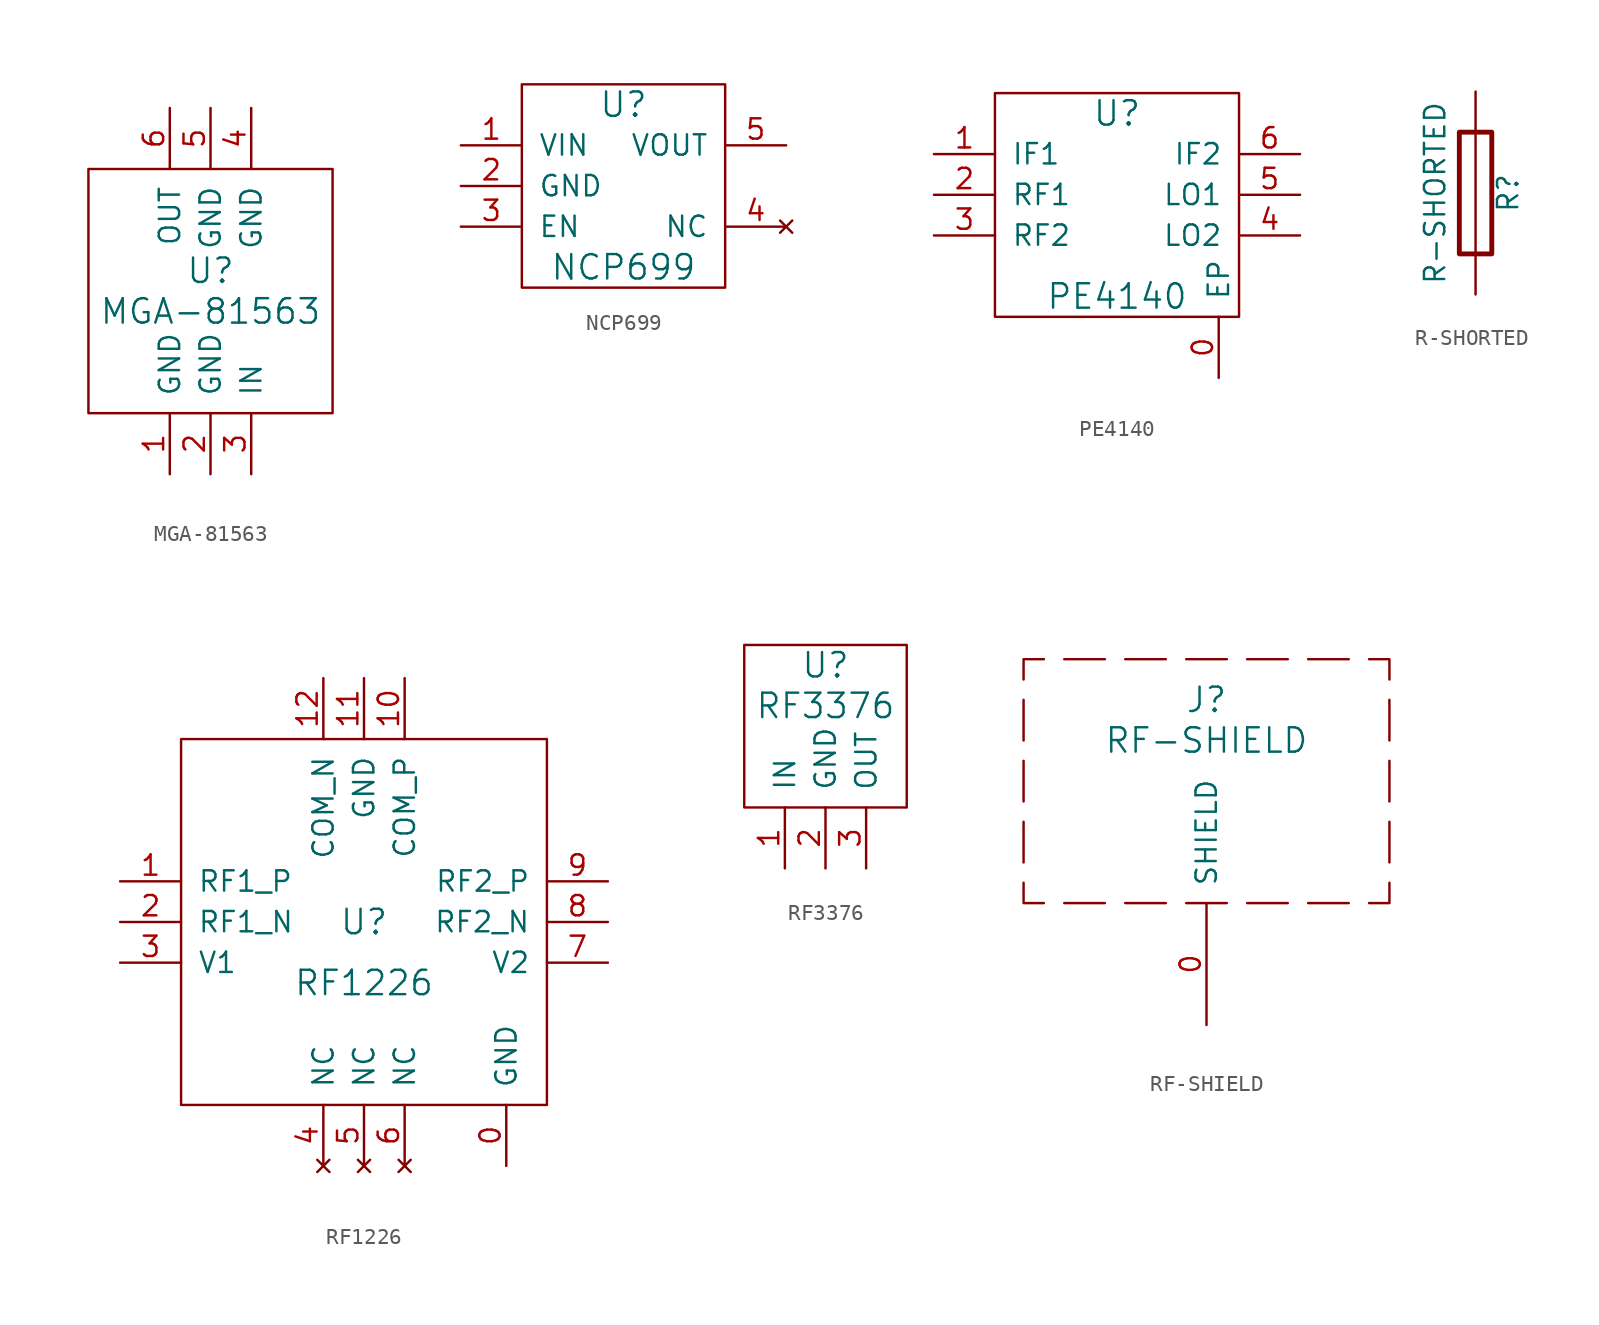
<source format=kicad_sym>
(kicad_symbol_lib
  (version 20211014)
  (generator kicad_symbol_editor)
  (symbol "MGA-81563"
    (pin_names
      (offset 1.016))
    (property "Reference" "U"
      (at 0 1.27 0)
      (effects (font (size 1.524 1.524))))
    (property "Value" "MGA-81563"
      (at 0 -1.27 0)
      (effects (font (size 1.524 1.524))))
    (property "Footprint" ""
      (at 0 0 0)
      (effects (font (size 1.524 1.524))))
    (property "Datasheet" ""
      (at 0 0 0)
      (effects (font (size 1.524 1.524))))
    (symbol "MGA-81563_0_1"
      (rectangle (start -7.62 7.62) (end 7.62 -7.62) (stroke (width 0) (type default) (color 0 0 0 0)) (fill (type none))))
    (symbol "MGA-81563_1_1"
      (pin power_in line (at -2.54 -11.43 90) (length 3.81) (name "GND" (effects (font (size 1.27 1.27)))) (number "1" (effects (font (size 1.27 1.27)))))
      (pin power_in line (at 0 -11.43 90) (length 3.81) (name "GND" (effects (font (size 1.27 1.27)))) (number "2" (effects (font (size 1.27 1.27)))))
      (pin input line (at 2.54 -11.43 90) (length 3.81) (name "IN" (effects (font (size 1.27 1.27)))) (number "3" (effects (font (size 1.27 1.27)))))
      (pin power_in line (at 2.54 11.43 270) (length 3.81) (name "GND" (effects (font (size 1.27 1.27)))) (number "4" (effects (font (size 1.27 1.27)))))
      (pin power_in line (at 0 11.43 270) (length 3.81) (name "GND" (effects (font (size 1.27 1.27)))) (number "5" (effects (font (size 1.27 1.27)))))
      (pin output line (at -2.54 11.43 270) (length 3.81) (name "OUT" (effects (font (size 1.27 1.27)))) (number "6" (effects (font (size 1.27 1.27)))))))
  (symbol "NCP699"
    (pin_names
      (offset 1.016))
    (property "Reference" "U"
      (at 0 5.08 0)
      (effects (font (size 1.524 1.524))))
    (property "Value" "NCP699"
      (at 0 -5.08 0)
      (effects (font (size 1.524 1.524))))
    (property "Footprint" ""
      (at 0 0 0)
      (effects (font (size 1.524 1.524))))
    (property "Datasheet" ""
      (at 0 0 0)
      (effects (font (size 1.524 1.524))))
    (symbol "NCP699_0_1"
      (rectangle (start -6.35 6.35) (end 6.35 -6.35) (stroke (width 0) (type default) (color 0 0 0 0)) (fill (type none))))
    (symbol "NCP699_1_1"
      (pin power_in line (at -10.16 2.54 0) (length 3.81) (name "VIN" (effects (font (size 1.27 1.27)))) (number "1" (effects (font (size 1.27 1.27)))))
      (pin power_in line (at -10.16 0 0) (length 3.81) (name "GND" (effects (font (size 1.27 1.27)))) (number "2" (effects (font (size 1.27 1.27)))))
      (pin input line (at -10.16 -2.54 0) (length 3.81) (name "EN" (effects (font (size 1.27 1.27)))) (number "3" (effects (font (size 1.27 1.27)))))
      (pin no_connect line (at 10.16 -2.54 180) (length 3.81) (name "NC" (effects (font (size 1.27 1.27)))) (number "4" (effects (font (size 1.27 1.27)))))
      (pin power_out line (at 10.16 2.54 180) (length 3.81) (name "VOUT" (effects (font (size 1.27 1.27)))) (number "5" (effects (font (size 1.27 1.27)))))))
  (symbol "PE4140"
    (pin_names
      (offset 1.016))
    (property "Reference" "U"
      (at 0 5.08 0)
      (effects (font (size 1.524 1.524))))
    (property "Value" "PE4140"
      (at 0 -6.35 0)
      (effects (font (size 1.524 1.524))))
    (property "Footprint" ""
      (at 0 0 0)
      (effects (font (size 1.524 1.524))))
    (property "Datasheet" ""
      (at 0 0 0)
      (effects (font (size 1.524 1.524))))
    (symbol "PE4140_0_1"
      (rectangle (start -7.62 6.35) (end 7.62 -7.62) (stroke (width 0) (type default) (color 0 0 0 0)) (fill (type none))))
    (symbol "PE4140_1_1"
      (pin passive line (at 6.35 -11.43 90) (length 3.81) (name "EP" (effects (font (size 1.27 1.27)))) (number "0" (effects (font (size 1.27 1.27)))))
      (pin output line (at -11.43 2.54 0) (length 3.81) (name "IF1" (effects (font (size 1.27 1.27)))) (number "1" (effects (font (size 1.27 1.27)))))
      (pin input line (at -11.43 0 0) (length 3.81) (name "RF1" (effects (font (size 1.27 1.27)))) (number "2" (effects (font (size 1.27 1.27)))))
      (pin input line (at -11.43 -2.54 0) (length 3.81) (name "RF2" (effects (font (size 1.27 1.27)))) (number "3" (effects (font (size 1.27 1.27)))))
      (pin input line (at 11.43 -2.54 180) (length 3.81) (name "LO2" (effects (font (size 1.27 1.27)))) (number "4" (effects (font (size 1.27 1.27)))))
      (pin input line (at 11.43 0 180) (length 3.81) (name "LO1" (effects (font (size 1.27 1.27)))) (number "5" (effects (font (size 1.27 1.27)))))
      (pin output line (at 11.43 2.54 180) (length 3.81) (name "IF2" (effects (font (size 1.27 1.27)))) (number "6" (effects (font (size 1.27 1.27)))))))
  (symbol "R-SHORTED"
    (pin_numbers hide)
    (pin_names
      (offset 0))
    (property "Reference" "R"
      (at 2.032 0 90)
      (effects (font (size 1.27 1.27))))
    (property "Value" "R-SHORTED"
      (at -2.54 0 90)
      (effects (font (size 1.27 1.27))))
    (property "Footprint" ""
      (at 0 0 0)
      (effects (font (size 1.524 1.524))))
    (property "Datasheet" ""
      (at 0 0 0)
      (effects (font (size 1.524 1.524))))
    (symbol "R-SHORTED_0_1"
      (rectangle (start -1.016 3.81) (end 1.016 -3.81) (stroke (width 0.305) (type default) (color 0 0 0 0)) (fill (type none)))
      (polyline (pts (xy 0 3.81) (xy 0 -3.81)) (stroke (width 0) (type default) (color 0 0 0 0)) (fill (type none))))
    (symbol "R-SHORTED_1_1"
      (pin passive line (at 0 6.35 270) (length 2.54) (name "~" (effects (font (size 1.524 1.524)))) (number "1" (effects (font (size 1.524 1.524)))))
      (pin passive line (at 0 -6.35 90) (length 2.54) (name "~" (effects (font (size 1.524 1.524)))) (number "2" (effects (font (size 1.524 1.524)))))))
  (symbol "RF1226"
    (pin_names
      (offset 1.016))
    (property "Reference" "U"
      (at 0 0 0)
      (effects (font (size 1.524 1.524))))
    (property "Value" "RF1226"
      (at 0 -3.81 0)
      (effects (font (size 1.524 1.524))))
    (property "Footprint" ""
      (at 0 0 0)
      (effects (font (size 1.524 1.524))))
    (property "Datasheet" ""
      (at 0 0 0)
      (effects (font (size 1.524 1.524))))
    (symbol "RF1226_0_1"
      (rectangle (start -11.43 11.43) (end 11.43 -11.43) (stroke (width 0) (type default) (color 0 0 0 0)) (fill (type none))))
    (symbol "RF1226_1_1"
      (pin power_in line (at 8.89 -15.24 90) (length 3.81) (name "GND" (effects (font (size 1.27 1.27)))) (number "0" (effects (font (size 1.27 1.27)))))
      (pin bidirectional line (at -15.24 2.54 0) (length 3.81) (name "RF1_P" (effects (font (size 1.27 1.27)))) (number "1" (effects (font (size 1.27 1.27)))))
      (pin bidirectional line (at 2.54 15.24 270) (length 3.81) (name "COM_P" (effects (font (size 1.27 1.27)))) (number "10" (effects (font (size 1.27 1.27)))))
      (pin power_in line (at 0 15.24 270) (length 3.81) (name "GND" (effects (font (size 1.27 1.27)))) (number "11" (effects (font (size 1.27 1.27)))))
      (pin bidirectional line (at -2.54 15.24 270) (length 3.81) (name "COM_N" (effects (font (size 1.27 1.27)))) (number "12" (effects (font (size 1.27 1.27)))))
      (pin bidirectional line (at -15.24 0 0) (length 3.81) (name "RF1_N" (effects (font (size 1.27 1.27)))) (number "2" (effects (font (size 1.27 1.27)))))
      (pin input line (at -15.24 -2.54 0) (length 3.81) (name "V1" (effects (font (size 1.27 1.27)))) (number "3" (effects (font (size 1.27 1.27)))))
      (pin no_connect line (at -2.54 -15.24 90) (length 3.81) (name "NC" (effects (font (size 1.27 1.27)))) (number "4" (effects (font (size 1.27 1.27)))))
      (pin no_connect line (at 0 -15.24 90) (length 3.81) (name "NC" (effects (font (size 1.27 1.27)))) (number "5" (effects (font (size 1.27 1.27)))))
      (pin no_connect line (at 2.54 -15.24 90) (length 3.81) (name "NC" (effects (font (size 1.27 1.27)))) (number "6" (effects (font (size 1.27 1.27)))))
      (pin input line (at 15.24 -2.54 180) (length 3.81) (name "V2" (effects (font (size 1.27 1.27)))) (number "7" (effects (font (size 1.27 1.27)))))
      (pin bidirectional line (at 15.24 0 180) (length 3.81) (name "RF2_N" (effects (font (size 1.27 1.27)))) (number "8" (effects (font (size 1.27 1.27)))))
      (pin bidirectional line (at 15.24 2.54 180) (length 3.81) (name "RF2_P" (effects (font (size 1.27 1.27)))) (number "9" (effects (font (size 1.27 1.27)))))))
  (symbol "RF3376"
    (pin_names
      (offset 1.016))
    (property "Reference" "U"
      (at 0 2.54 0)
      (effects (font (size 1.524 1.524))))
    (property "Value" "RF3376"
      (at 0 0 0)
      (effects (font (size 1.524 1.524))))
    (property "Footprint" ""
      (at 0 0 0)
      (effects (font (size 1.524 1.524))))
    (property "Datasheet" ""
      (at 0 0 0)
      (effects (font (size 1.524 1.524))))
    (symbol "RF3376_0_1"
      (rectangle (start -5.08 3.81) (end 5.08 -6.35) (stroke (width 0) (type default) (color 0 0 0 0)) (fill (type none))))
    (symbol "RF3376_1_1"
      (pin input line (at -2.54 -10.16 90) (length 3.81) (name "IN" (effects (font (size 1.27 1.27)))) (number "1" (effects (font (size 1.27 1.27)))))
      (pin power_in line (at 0 -10.16 90) (length 3.81) (name "GND" (effects (font (size 1.27 1.27)))) (number "2" (effects (font (size 1.27 1.27)))))
      (pin output line (at 2.54 -10.16 90) (length 3.81) (name "OUT" (effects (font (size 1.27 1.27)))) (number "3" (effects (font (size 1.27 1.27)))))))
  (symbol "RF-SHIELD"
    (pin_names
      (offset 1.016))
    (property "Reference" "J"
      (at 0 12.7 0)
      (effects (font (size 1.524 1.524))))
    (property "Value" "RF-SHIELD"
      (at 0 10.16 0)
      (effects (font (size 1.524 1.524))))
    (property "Footprint" ""
      (at 0 0 0)
      (effects (font (size 1.524 1.524))))
    (property "Datasheet" ""
      (at 0 0 0)
      (effects (font (size 1.524 1.524))))
    (symbol "RF-SHIELD_0_1"
      (polyline (pts (xy -11.43 5.08) (xy -11.43 2.54)) (stroke (width 0) (type default) (color 0 0 0 0)) (fill (type none)))
      (polyline (pts (xy -11.43 8.89) (xy -11.43 6.35)) (stroke (width 0) (type default) (color 0 0 0 0)) (fill (type none)))
      (polyline (pts (xy -11.43 12.7) (xy -11.43 10.16)) (stroke (width 0) (type default) (color 0 0 0 0)) (fill (type none)))
      (polyline (pts (xy -8.89 0) (xy -6.35 0)) (stroke (width 0) (type default) (color 0 0 0 0)) (fill (type none)))
      (polyline (pts (xy -6.35 15.24) (xy -8.89 15.24)) (stroke (width 0) (type default) (color 0 0 0 0)) (fill (type none)))
      (polyline (pts (xy -5.08 0) (xy -2.54 0)) (stroke (width 0) (type default) (color 0 0 0 0)) (fill (type none)))
      (polyline (pts (xy -2.54 15.24) (xy -5.08 15.24)) (stroke (width 0) (type default) (color 0 0 0 0)) (fill (type none)))
      (polyline (pts (xy -1.27 0) (xy 1.27 0)) (stroke (width 0) (type default) (color 0 0 0 0)) (fill (type none)))
      (polyline (pts (xy 1.27 15.24) (xy -1.27 15.24)) (stroke (width 0) (type default) (color 0 0 0 0)) (fill (type none)))
      (polyline (pts (xy 2.54 0) (xy 5.08 0)) (stroke (width 0) (type default) (color 0 0 0 0)) (fill (type none)))
      (polyline (pts (xy 5.08 15.24) (xy 2.54 15.24)) (stroke (width 0) (type default) (color 0 0 0 0)) (fill (type none)))
      (polyline (pts (xy 6.35 0) (xy 8.89 0)) (stroke (width 0) (type default) (color 0 0 0 0)) (fill (type none)))
      (polyline (pts (xy 8.89 15.24) (xy 6.35 15.24)) (stroke (width 0) (type default) (color 0 0 0 0)) (fill (type none)))
      (polyline (pts (xy 11.43 2.54) (xy 11.43 5.08)) (stroke (width 0) (type default) (color 0 0 0 0)) (fill (type none)))
      (polyline (pts (xy 11.43 6.35) (xy 11.43 8.89)) (stroke (width 0) (type default) (color 0 0 0 0)) (fill (type none)))
      (polyline (pts (xy 11.43 10.16) (xy 11.43 12.7)) (stroke (width 0) (type default) (color 0 0 0 0)) (fill (type none)))
      (polyline (pts (xy -11.43 1.27) (xy -11.43 0) (xy -10.16 0)) (stroke (width 0) (type default) (color 0 0 0 0)) (fill (type none)))
      (polyline (pts (xy -10.16 15.24) (xy -11.43 15.24) (xy -11.43 13.97)) (stroke (width 0) (type default) (color 0 0 0 0)) (fill (type none)))
      (polyline (pts (xy 10.16 0) (xy 11.43 0) (xy 11.43 1.27)) (stroke (width 0) (type default) (color 0 0 0 0)) (fill (type none)))
      (polyline (pts (xy 11.43 13.97) (xy 11.43 15.24) (xy 10.16 15.24)) (stroke (width 0) (type default) (color 0 0 0 0)) (fill (type none))))
    (symbol "RF-SHIELD_1_1"
      (pin passive line (at 0 -7.62 90) (length 7.62) (name "SHIELD" (effects (font (size 1.27 1.27)))) (number "0" (effects (font (size 1.27 1.27))))))))
</source>
